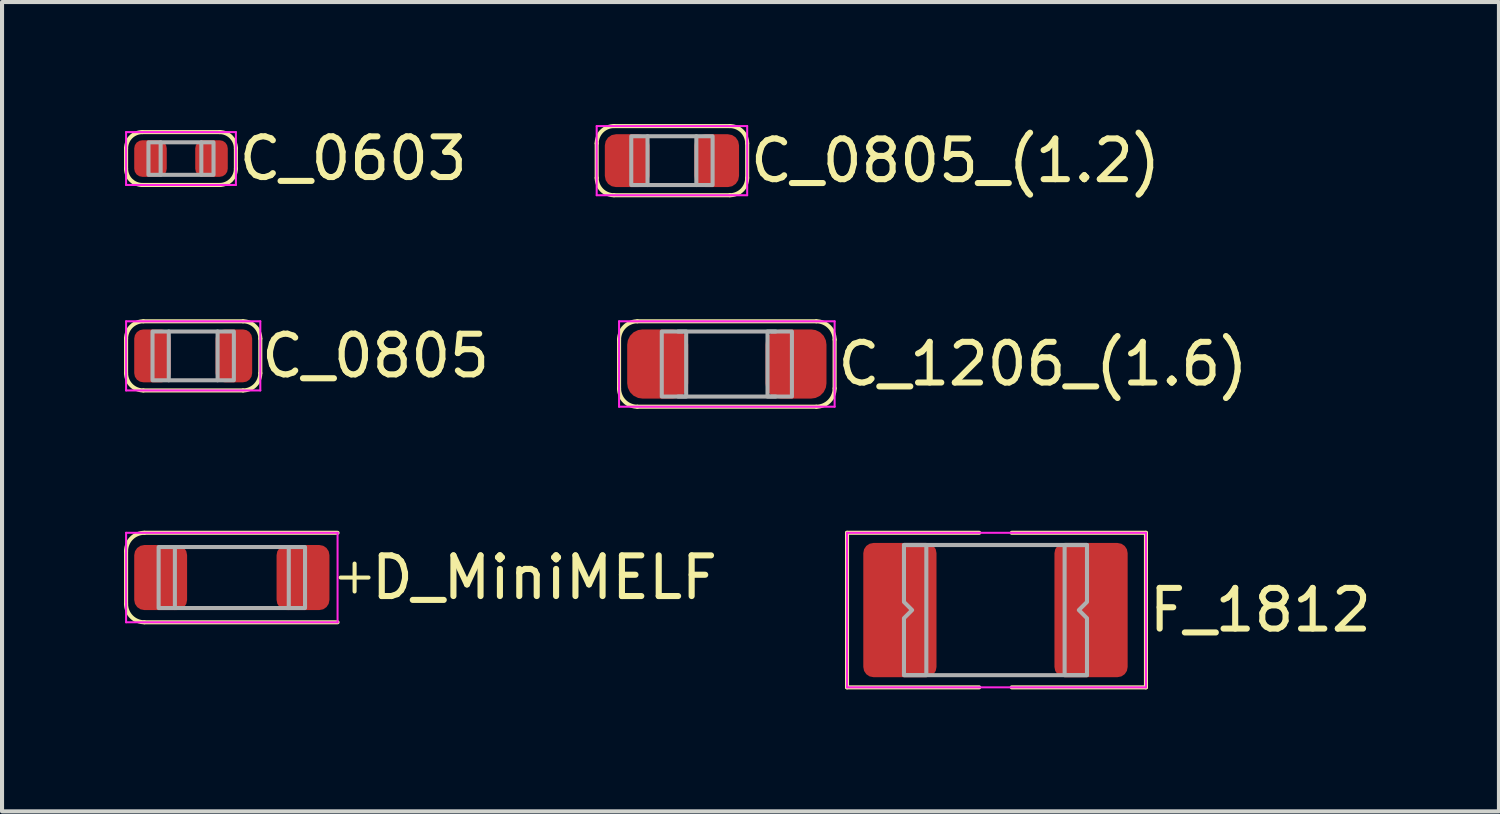
<source format=kicad_pcb>
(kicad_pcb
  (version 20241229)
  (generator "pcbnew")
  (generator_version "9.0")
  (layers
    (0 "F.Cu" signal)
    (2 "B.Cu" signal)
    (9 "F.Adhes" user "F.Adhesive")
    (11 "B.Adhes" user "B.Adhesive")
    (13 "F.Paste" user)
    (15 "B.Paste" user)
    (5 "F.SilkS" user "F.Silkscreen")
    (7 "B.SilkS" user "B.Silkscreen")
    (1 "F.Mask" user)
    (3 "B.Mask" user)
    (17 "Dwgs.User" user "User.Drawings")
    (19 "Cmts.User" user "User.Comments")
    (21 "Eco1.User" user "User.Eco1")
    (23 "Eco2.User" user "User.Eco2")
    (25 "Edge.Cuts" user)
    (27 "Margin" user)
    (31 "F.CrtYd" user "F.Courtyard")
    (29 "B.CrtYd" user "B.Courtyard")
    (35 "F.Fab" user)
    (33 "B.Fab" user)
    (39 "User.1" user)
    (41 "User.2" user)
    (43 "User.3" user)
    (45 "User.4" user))
  (footprint "C_0603"
    (layer "F.Cu")
    (at 1.4 0.848)
    (property "Reference" "C_0603" (at 1.35 0 0) (layer "F.SilkS") (effects (font (size 1 1) (thickness 0.15)) (justify left)))
    (attr smd)
    (fp_line (start -1.35 -0.25) (end -1.35 0.25) (stroke (width 0.1) (type solid)) (layer "F.SilkS"))
    (fp_line (start -0.95 -0.65) (end 0.95 -0.65) (stroke (width 0.1) (type solid)) (layer "F.SilkS"))
    (fp_line (start 0.95 0.65) (end -0.95 0.65) (stroke (width 0.1) (type solid)) (layer "F.SilkS"))
    (fp_line (start 1.35 0.25) (end 1.35 -0.25) (stroke (width 0.1) (type solid)) (layer "F.SilkS"))
    (fp_arc (start -1.35 -0.25) (mid -1.232843 -0.532843) (end -0.95 -0.65) (stroke (width 0.1) (type solid)) (layer "F.SilkS"))
    (fp_arc (start -0.95 0.65) (mid -1.232843 0.532843) (end -1.35 0.25) (stroke (width 0.1) (type solid)) (layer "F.SilkS"))
    (fp_arc (start 0.95 -0.65) (mid 1.232843 -0.532843) (end 1.35 -0.25) (stroke (width 0.1) (type solid)) (layer "F.SilkS"))
    (fp_arc (start 1.35 0.25) (mid 1.232843 0.532843) (end 0.95 0.65) (stroke (width 0.1) (type solid)) (layer "F.SilkS"))
    (fp_line (start -1.35 -0.65) (end -1.35 0.65) (stroke (width 0.05) (type solid)) (layer "F.CrtYd"))
    (fp_line (start -1.35 -0.65) (end 1.35 -0.65) (stroke (width 0.05) (type solid)) (layer "F.CrtYd"))
    (fp_line (start 1.35 0.65) (end -1.35 0.65) (stroke (width 0.05) (type solid)) (layer "F.CrtYd"))
    (fp_line (start 1.35 0.65) (end 1.35 -0.65) (stroke (width 0.05) (type solid)) (layer "F.CrtYd"))
    (fp_line (start 0.5 -0.4) (end -0.5 -0.4) (stroke (width 0.1) (type solid)) (layer "F.Fab"))
    (fp_line (start 0.5 0.4) (end -0.5 0.4) (stroke (width 0.1) (type solid)) (layer "F.Fab"))
    (fp_poly (pts (xy -0.5 0.4) (xy -0.8 0.4) (xy -0.8 -0.4) (xy -0.5 -0.4)) (stroke (width 0.1) (type solid)) (fill no) (layer "F.Fab"))
    (fp_poly (pts (xy 0.8 0.4) (xy 0.5 0.4) (xy 0.5 -0.4) (xy 0.8 -0.4)) (stroke (width 0.1) (type solid)) (fill no) (layer "F.Fab"))
    (pad "1" smd roundrect (at -0.75 0) (size 0.8 0.9) (layers "F.Cu" "F.Mask" "F.Paste") (roundrect_rratio 0.25))
    (pad "2" smd roundrect (at 0.75 0) (size 0.8 0.9) (layers "F.Cu" "F.Mask" "F.Paste") (roundrect_rratio 0.25)))
  (footprint "C_0805"
    (layer "F.Cu")
    (at 1.7 5.7)
    (property "Reference" "C_0805" (at 1.6 0 0) (layer "F.SilkS") (effects (font (size 1 1) (thickness 0.15)) (justify left)))
    (attr smd)
    (fp_line (start -1.65 -0.425) (end -1.65 0.425) (stroke (width 0.1) (type solid)) (layer "F.SilkS"))
    (fp_line (start -1.225 -0.85) (end 1.225 -0.85) (stroke (width 0.1) (type solid)) (layer "F.SilkS"))
    (fp_line (start 1.225 0.85) (end -1.225 0.85) (stroke (width 0.1) (type solid)) (layer "F.SilkS"))
    (fp_line (start 1.65 0.425) (end 1.65 -0.425) (stroke (width 0.1) (type solid)) (layer "F.SilkS"))
    (fp_arc (start -1.65 -0.425) (mid -1.52552 -0.72552) (end -1.225 -0.85) (stroke (width 0.1) (type solid)) (layer "F.SilkS"))
    (fp_arc (start -1.225 0.85) (mid -1.52552 0.72552) (end -1.65 0.425) (stroke (width 0.1) (type solid)) (layer "F.SilkS"))
    (fp_arc (start 1.225 -0.85) (mid 1.52552 -0.72552) (end 1.65 -0.425) (stroke (width 0.1) (type solid)) (layer "F.SilkS"))
    (fp_arc (start 1.65 0.425) (mid 1.52552 0.72552) (end 1.225 0.85) (stroke (width 0.1) (type solid)) (layer "F.SilkS"))
    (fp_line (start -1.65 -0.85) (end 1.65 -0.85) (stroke (width 0.05) (type solid)) (layer "F.CrtYd"))
    (fp_line (start -1.65 0.85) (end -1.65 -0.85) (stroke (width 0.05) (type solid)) (layer "F.CrtYd"))
    (fp_line (start 1.65 -0.85) (end 1.65 0.85) (stroke (width 0.05) (type solid)) (layer "F.CrtYd"))
    (fp_line (start 1.65 0.85) (end -1.65 0.85) (stroke (width 0.05) (type solid)) (layer "F.CrtYd"))
    (fp_line (start 0.6 -0.6) (end -0.6 -0.6) (stroke (width 0.1) (type solid)) (layer "F.Fab"))
    (fp_line (start 0.6 0.6) (end -0.6 0.6) (stroke (width 0.1) (type solid)) (layer "F.Fab"))
    (fp_poly (pts (xy -0.6 0.6) (xy -1 0.6) (xy -1 -0.6) (xy -0.6 -0.6)) (stroke (width 0.1) (type solid)) (fill no) (layer "F.Fab"))
    (fp_poly (pts (xy 1 0.6) (xy 0.6 0.6) (xy 0.6 -0.6) (xy 1 -0.6)) (stroke (width 0.1) (type solid)) (fill no) (layer "F.Fab"))
    (pad "1" smd roundrect (at -1 0) (size 0.9 1.3) (layers "F.Cu" "F.Mask" "F.Paste") (roundrect_rratio 0.25))
    (pad "2" smd roundrect (at 1 0) (size 0.9 1.3) (layers "F.Cu" "F.Mask" "F.Paste") (roundrect_rratio 0.25)))
  (footprint "D_MiniMELF"
    (layer "F.Cu")
    (at 2.65 11.15)
    (property "Reference" "D_MiniMELF" (at 3.35 0 0) (layer "F.SilkS") (effects (font (size 1 1) (thickness 0.15)) (justify left)))
    (attr smd)
    (fp_line (start -2.6 -0.65) (end -2.6 0.65) (stroke (width 0.1) (type solid)) (layer "F.SilkS"))
    (fp_line (start -2.15 1.1) (end 2.6 1.1) (stroke (width 0.1) (type solid)) (layer "F.SilkS"))
    (fp_line (start 2.6 -1.1) (end -2.15 -1.1) (stroke (width 0.1) (type solid)) (layer "F.SilkS"))
    (fp_arc (start -2.6 -0.65) (mid -2.468198 -0.968198) (end -2.15 -1.1) (stroke (width 0.1) (type solid)) (layer "F.SilkS"))
    (fp_arc (start -2.15 1.1) (mid -2.468198 0.968198) (end -2.6 0.65) (stroke (width 0.1) (type solid)) (layer "F.SilkS"))
    (fp_line (start -2.6 -1.1) (end -2.6 1.1) (stroke (width 0.05) (type solid)) (layer "F.CrtYd"))
    (fp_line (start -2.6 1.1) (end 2.6 1.1) (stroke (width 0.05) (type solid)) (layer "F.CrtYd"))
    (fp_line (start 2.6 -1.1) (end -2.6 -1.1) (stroke (width 0.05) (type solid)) (layer "F.CrtYd"))
    (fp_line (start 2.6 1.1) (end 2.6 -1.1) (stroke (width 0.05) (type solid)) (layer "F.CrtYd"))
    (fp_line (start 1.4 -0.75) (end -1.4 -0.75) (stroke (width 0.1) (type solid)) (layer "F.Fab"))
    (fp_line (start 1.4 0.75) (end -1.4 0.75) (stroke (width 0.1) (type solid)) (layer "F.Fab"))
    (fp_poly (pts (xy -1.4 0.75) (xy -1.8 0.75) (xy -1.8 -0.75) (xy -1.4 -0.75)) (stroke (width 0.1) (type solid)) (fill no) (layer "F.Fab"))
    (fp_poly (pts (xy 1.8 0.75) (xy 1.4 0.75) (xy 1.4 -0.75) (xy 1.8 -0.75)) (stroke (width 0.1) (type solid)) (fill no) (layer "F.Fab"))
    (fp_text user "+" (at 2.95 0 90) (layer "F.SilkS") (effects (font (size 0.9 0.9) (thickness 0.1))))
    (pad "1" smd roundrect (at -1.75 0) (size 1.3 1.6) (layers "F.Cu" "F.Mask" "F.Paste") (roundrect_rratio 0.192))
    (pad "2" smd roundrect (at 1.75 0) (size 1.3 1.6) (layers "F.Cu" "F.Mask" "F.Paste") (roundrect_rratio 0.192)))
  (footprint "C_1206_(1.6)"
    (layer "F.Cu")
    (at 14.821 5.9)
    (property "Reference" "C_1206_(1.6)" (at 2.65 0 0) (layer "F.SilkS") (effects (font (size 1 1) (thickness 0.15)) (justify left)))
    (attr smd)
    (fp_line (start -2.65 -0.6) (end -2.65 0.6) (stroke (width 0.1) (type solid)) (layer "F.SilkS"))
    (fp_line (start -2.2 1.05) (end 2.2 1.05) (stroke (width 0.1) (type solid)) (layer "F.SilkS"))
    (fp_line (start 2.2 -1.05) (end -2.2 -1.05) (stroke (width 0.1) (type solid)) (layer "F.SilkS"))
    (fp_line (start 2.65 0.6) (end 2.65 -0.6) (stroke (width 0.1) (type solid)) (layer "F.SilkS"))
    (fp_arc (start -2.65 -0.6) (mid -2.518198 -0.918198) (end -2.2 -1.05) (stroke (width 0.1) (type solid)) (layer "F.SilkS"))
    (fp_arc (start -2.2 1.05) (mid -2.518198 0.918198) (end -2.65 0.6) (stroke (width 0.1) (type solid)) (layer "F.SilkS"))
    (fp_arc (start 2.2 -1.05) (mid 2.518198 -0.918198) (end 2.65 -0.6) (stroke (width 0.1) (type solid)) (layer "F.SilkS"))
    (fp_arc (start 2.65 0.6) (mid 2.518198 0.918198) (end 2.2 1.05) (stroke (width 0.1) (type solid)) (layer "F.SilkS"))
    (fp_line (start -2.65 -1.05) (end 2.65 -1.05) (stroke (width 0.05) (type solid)) (layer "F.CrtYd"))
    (fp_line (start -2.65 1.05) (end -2.65 -1.05) (stroke (width 0.05) (type solid)) (layer "F.CrtYd"))
    (fp_line (start 2.65 -1.05) (end 2.65 1.05) (stroke (width 0.05) (type solid)) (layer "F.CrtYd"))
    (fp_line (start 2.65 1.05) (end -2.65 1.05) (stroke (width 0.05) (type solid)) (layer "F.CrtYd"))
    (fp_line (start 1.2 -0.8) (end -1.2 -0.8) (stroke (width 0.1) (type solid)) (layer "F.Fab"))
    (fp_line (start 1.2 0.8) (end -1.2 0.8) (stroke (width 0.1) (type solid)) (layer "F.Fab"))
    (fp_poly (pts (xy -1 0.8) (xy -1.6 0.8) (xy -1.6 -0.8) (xy -1 -0.8)) (stroke (width 0.1) (type solid)) (fill no) (layer "F.Fab"))
    (fp_poly (pts (xy 1.6 0.8) (xy 1 0.8) (xy 1 -0.8) (xy 1.6 -0.8)) (stroke (width 0.1) (type solid)) (fill no) (layer "F.Fab"))
    (pad "1" smd roundrect (at -1.7 0) (size 1.5 1.7) (layers "F.Cu" "F.Mask" "F.Paste") (roundrect_rratio 0.25))
    (pad "2" smd roundrect (at 1.7 0) (size 1.5 1.7) (layers "F.Cu" "F.Mask" "F.Paste") (roundrect_rratio 0.25)))
  (footprint "C_0805_(1.2)"
    (layer "F.Cu")
    (at 13.471 0.9)
    (property "Reference" "C_0805_(1.2)" (at 1.85 0 0) (layer "F.SilkS") (effects (font (size 1 1) (thickness 0.15)) (justify left)))
    (attr smd)
    (fp_line (start -1.85 -0.425) (end -1.85 0.425) (stroke (width 0.1) (type solid)) (layer "F.SilkS"))
    (fp_line (start -1.425 -0.85) (end 1.425 -0.85) (stroke (width 0.1) (type solid)) (layer "F.SilkS"))
    (fp_line (start 1.425 0.85) (end -1.425 0.85) (stroke (width 0.1) (type solid)) (layer "F.SilkS"))
    (fp_line (start 1.85 0.425) (end 1.85 -0.425) (stroke (width 0.1) (type solid)) (layer "F.SilkS"))
    (fp_arc (start -1.85 -0.425) (mid -1.72552 -0.72552) (end -1.425 -0.85) (stroke (width 0.1) (type solid)) (layer "F.SilkS"))
    (fp_arc (start -1.425 0.85) (mid -1.72552 0.72552) (end -1.85 0.425) (stroke (width 0.1) (type solid)) (layer "F.SilkS"))
    (fp_arc (start 1.425 -0.85) (mid 1.72552 -0.72552) (end 1.85 -0.425) (stroke (width 0.1) (type solid)) (layer "F.SilkS"))
    (fp_arc (start 1.85 0.425) (mid 1.72552 0.72552) (end 1.425 0.85) (stroke (width 0.1) (type solid)) (layer "F.SilkS"))
    (fp_line (start -1.85 -0.85) (end 1.85 -0.85) (stroke (width 0.05) (type solid)) (layer "F.CrtYd"))
    (fp_line (start -1.85 0.85) (end -1.85 -0.85) (stroke (width 0.05) (type solid)) (layer "F.CrtYd"))
    (fp_line (start 1.85 -0.85) (end 1.85 0.85) (stroke (width 0.05) (type solid)) (layer "F.CrtYd"))
    (fp_line (start 1.85 0.85) (end -1.85 0.85) (stroke (width 0.05) (type solid)) (layer "F.CrtYd"))
    (fp_line (start 0.6 -0.6) (end -0.6 -0.6) (stroke (width 0.1) (type solid)) (layer "F.Fab"))
    (fp_line (start 0.6 0.6) (end -0.6 0.6) (stroke (width 0.1) (type solid)) (layer "F.Fab"))
    (fp_poly (pts (xy -0.6 0.6) (xy -1 0.6) (xy -1 -0.6) (xy -0.6 -0.6)) (stroke (width 0.1) (type solid)) (fill no) (layer "F.Fab"))
    (fp_poly (pts (xy 1 0.6) (xy 0.6 0.6) (xy 0.6 -0.6) (xy 1 -0.6)) (stroke (width 0.1) (type solid)) (fill no) (layer "F.Fab"))
    (pad "1" smd roundrect (at -1.1 0) (size 1.1 1.3) (layers "F.Cu" "F.Mask" "F.Paste") (roundrect_rratio 0.25))
    (pad "2" smd roundrect (at 1.1 0) (size 1.1 1.3) (layers "F.Cu" "F.Mask" "F.Paste") (roundrect_rratio 0.25)))
  (footprint "F_1812"
    (layer "F.Cu")
    (at 21.426 11.95)
    (property "Reference" "F_1812" (at 3.7 0 0) (layer "F.SilkS") (effects (font (size 1 1) (thickness 0.15)) (justify left)))
    (attr smd)
    (fp_line (start -3.65 -1.9) (end -3.65 1.9) (stroke (width 0.1) (type solid)) (layer "F.SilkS"))
    (fp_line (start -3.65 1.9) (end -0.4 1.9) (stroke (width 0.1) (type solid)) (layer "F.SilkS"))
    (fp_line (start -0.4 -1.9) (end -3.65 -1.9) (stroke (width 0.1) (type solid)) (layer "F.SilkS"))
    (fp_line (start 0.4 1.9) (end 3.7 1.9) (stroke (width 0.1) (type solid)) (layer "F.SilkS"))
    (fp_line (start 3.7 -1.9) (end 0.4 -1.9) (stroke (width 0.1) (type solid)) (layer "F.SilkS"))
    (fp_line (start 3.7 -1.9) (end 3.7 1.9) (stroke (width 0.1) (type solid)) (layer "F.SilkS"))
    (fp_line (start -3.65 -1.9) (end -3.65 1.9) (stroke (width 0.05) (type solid)) (layer "F.CrtYd"))
    (fp_line (start -3.65 1.9) (end 3.7 1.9) (stroke (width 0.05) (type solid)) (layer "F.CrtYd"))
    (fp_line (start 3.7 -1.9) (end -3.65 -1.9) (stroke (width 0.05) (type solid)) (layer "F.CrtYd"))
    (fp_line (start 3.7 1.9) (end 3.7 -1.9) (stroke (width 0.05) (type solid)) (layer "F.CrtYd"))
    (fp_line (start -2.25 -1.6) (end 2.25 -1.6) (stroke (width 0.1) (type solid)) (layer "F.Fab"))
    (fp_line (start 2.25 1.6) (end -2.25 1.6) (stroke (width 0.1) (type solid)) (layer "F.Fab"))
    (fp_poly (pts (xy -1.7 1.6) (xy -2.25 1.6) (xy -2.25 0.2) (xy -2.05 0) (xy -2.25 -0.2) (xy -2.25 -1.6) (xy -1.7 -1.6)) (stroke (width 0.1) (type solid)) (fill no) (layer "F.Fab"))
    (fp_poly (pts (xy 1.7 -1.6) (xy 2.25 -1.6) (xy 2.25 -0.2) (xy 2.05 0) (xy 2.25 0.2) (xy 2.25 1.6) (xy 1.7 1.6)) (stroke (width 0.1) (type solid)) (fill no) (layer "F.Fab"))
    (pad "1" smd roundrect (at -2.35 0) (size 1.8 3.3) (layers "F.Cu" "F.Mask" "F.Paste") (roundrect_rratio 0.139))
    (pad "2" smd roundrect (at 2.35 0) (size 1.8 3.3) (layers "F.Cu" "F.Mask" "F.Paste") (roundrect_rratio 0.139)))
  (gr_rect
    (start -3 -3)
    (end 33.805 16.9)
    (stroke (width 0.1) (type default))
    (fill no)
    (layer "Edge.Cuts")))
</source>
